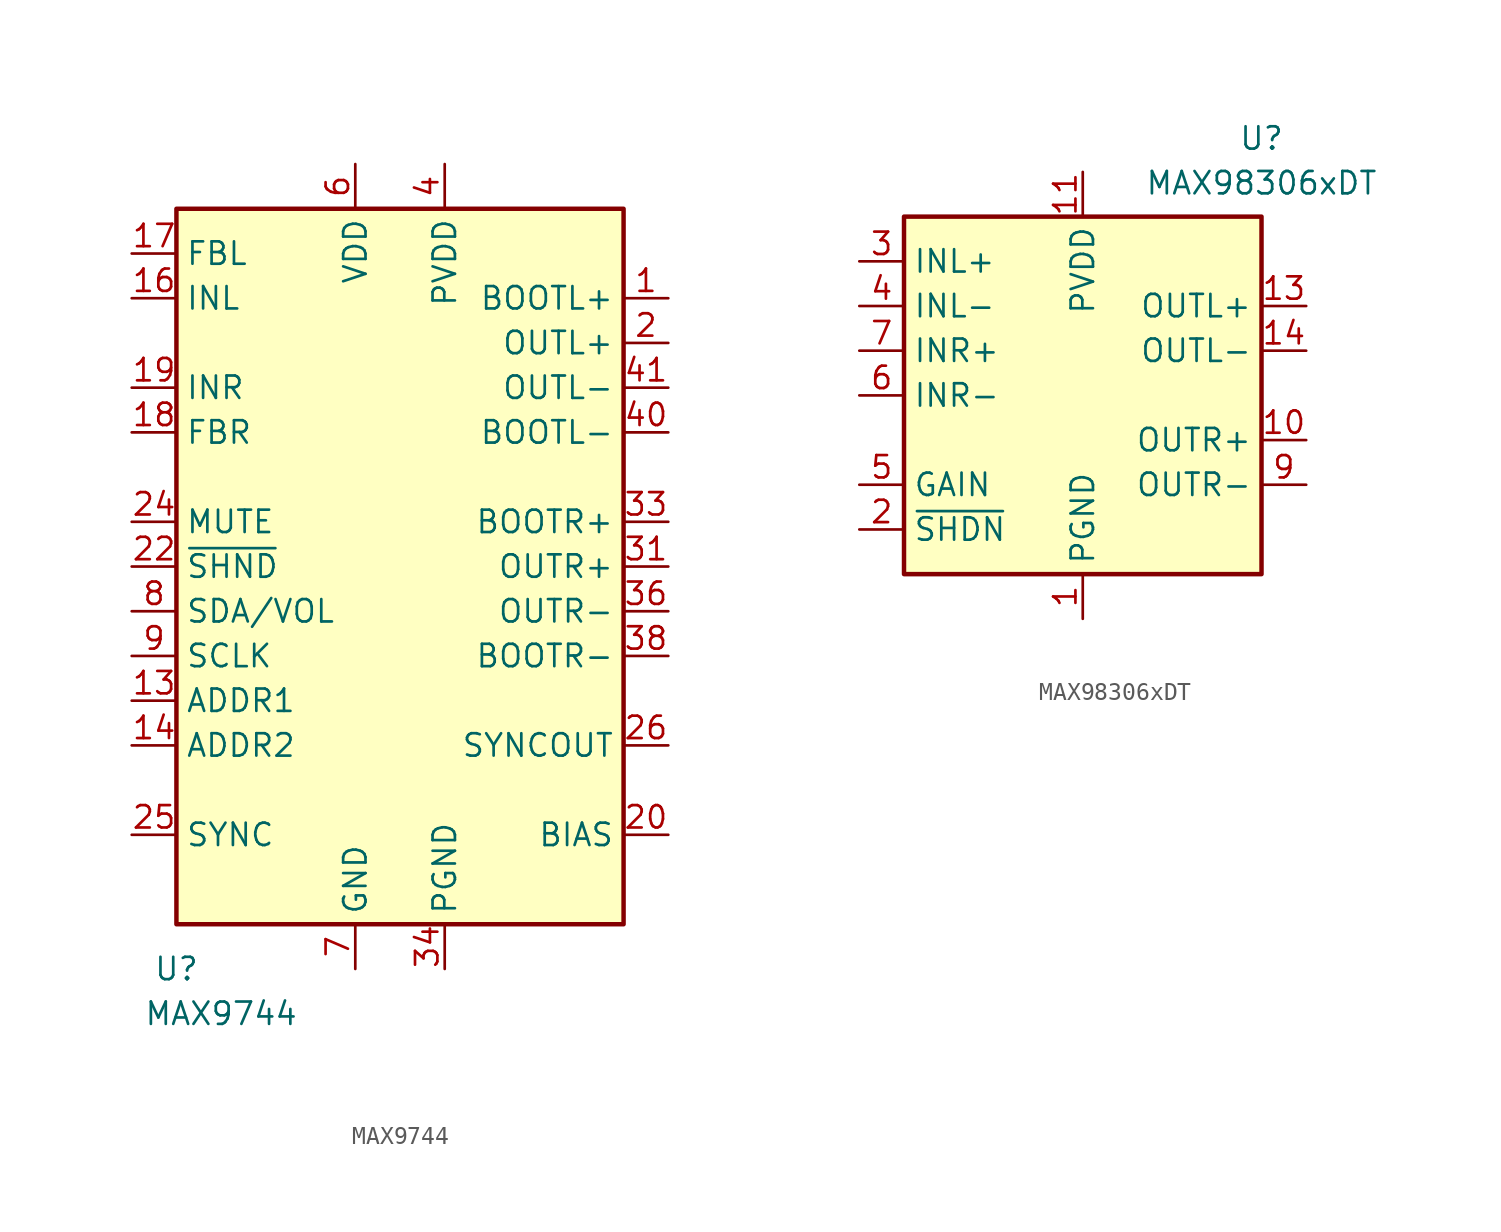
<source format=kicad_sym>
(kicad_symbol_lib
  (version 20241209)
  (generator "kicad_symbol_editor")
  (generator_version "9.0")
  (symbol "MAX9744"
    (property "Reference" "U"
      (at -12.7 -22.86 0)
      (effects (font (size 1.27 1.27))))
    (property "Value" "MAX9744"
      (at -10.16 -25.4 0)
      (effects (font (size 1.27 1.27))))
    (symbol "MAX9744_0_1"
      (rectangle (start -12.7 20.32) (end 12.7 -20.32) (stroke (width 0.254) (type solid)) (fill (type background))))
    (symbol "MAX9744_1_1"
      (pin input line (at -15.24 17.78 0) (length 2.54) (name "FBL" (effects (font (size 1.27 1.27)))) (number "17" (effects (font (size 1.27 1.27)))))
      (pin input line (at -15.24 15.24 0) (length 2.54) (name "INL" (effects (font (size 1.27 1.27)))) (number "16" (effects (font (size 1.27 1.27)))))
      (pin input line (at -15.24 10.16 0) (length 2.54) (name "INR" (effects (font (size 1.27 1.27)))) (number "19" (effects (font (size 1.27 1.27)))))
      (pin input line (at -15.24 7.62 0) (length 2.54) (name "FBR" (effects (font (size 1.27 1.27)))) (number "18" (effects (font (size 1.27 1.27)))))
      (pin input line (at -15.24 2.54 0) (length 2.54) (name "MUTE" (effects (font (size 1.27 1.27)))) (number "24" (effects (font (size 1.27 1.27)))))
      (pin input line (at -15.24 0 0) (length 2.54) (name "~{SHND}" (effects (font (size 1.27 1.27)))) (number "22" (effects (font (size 1.27 1.27)))))
      (pin input line (at -15.24 -2.54 0) (length 2.54) (name "SDA/VOL" (effects (font (size 1.27 1.27)))) (number "8" (effects (font (size 1.27 1.27)))))
      (pin input line (at -15.24 -5.08 0) (length 2.54) (name "SCLK" (effects (font (size 1.27 1.27)))) (number "9" (effects (font (size 1.27 1.27)))))
      (pin input line (at -15.24 -7.62 0) (length 2.54) (name "ADDR1" (effects (font (size 1.27 1.27)))) (number "13" (effects (font (size 1.27 1.27)))))
      (pin input line (at -15.24 -10.16 0) (length 2.54) (name "ADDR2" (effects (font (size 1.27 1.27)))) (number "14" (effects (font (size 1.27 1.27)))))
      (pin input line (at -15.24 -15.24 0) (length 2.54) (name "SYNC" (effects (font (size 1.27 1.27)))) (number "25" (effects (font (size 1.27 1.27)))))
      (pin no_connect line (at -12.7 -17.78 0) (length 2.54) (hide yes) (name "NC" (effects (font (size 1.27 1.27)))) (number "23" (effects (font (size 1.27 1.27)))))
      (pin passive line (at -2.54 22.86 270) (length 2.54) (hide yes) (name "VDD" (effects (font (size 1.27 1.27)))) (number "10" (effects (font (size 1.27 1.27)))))
      (pin passive line (at -2.54 22.86 270) (length 2.54) (hide yes) (name "VDD" (effects (font (size 1.27 1.27)))) (number "21" (effects (font (size 1.27 1.27)))))
      (pin passive line (at -2.54 22.86 270) (length 2.54) (hide yes) (name "VDD" (effects (font (size 1.27 1.27)))) (number "28" (effects (font (size 1.27 1.27)))))
      (pin power_in line (at -2.54 22.86 270) (length 2.54) (name "VDD" (effects (font (size 1.27 1.27)))) (number "6" (effects (font (size 1.27 1.27)))))
      (pin passive line (at -2.54 -22.86 90) (length 2.54) (hide yes) (name "GND" (effects (font (size 1.27 1.27)))) (number "11" (effects (font (size 1.27 1.27)))))
      (pin passive line (at -2.54 -22.86 90) (length 2.54) (hide yes) (name "GND" (effects (font (size 1.27 1.27)))) (number "12" (effects (font (size 1.27 1.27)))))
      (pin passive line (at -2.54 -22.86 90) (length 2.54) (hide yes) (name "GND" (effects (font (size 1.27 1.27)))) (number "15" (effects (font (size 1.27 1.27)))))
      (pin passive line (at -2.54 -22.86 90) (length 2.54) (hide yes) (name "GND" (effects (font (size 1.27 1.27)))) (number "27" (effects (font (size 1.27 1.27)))))
      (pin power_in line (at -2.54 -22.86 90) (length 2.54) (name "GND" (effects (font (size 1.27 1.27)))) (number "7" (effects (font (size 1.27 1.27)))))
      (pin passive line (at 2.54 22.86 270) (length 2.54) (hide yes) (name "PVDD" (effects (font (size 1.27 1.27)))) (number "29" (effects (font (size 1.27 1.27)))))
      (pin passive line (at 2.54 22.86 270) (length 2.54) (hide yes) (name "PVDD" (effects (font (size 1.27 1.27)))) (number "30" (effects (font (size 1.27 1.27)))))
      (pin power_in line (at 2.54 22.86 270) (length 2.54) (name "PVDD" (effects (font (size 1.27 1.27)))) (number "4" (effects (font (size 1.27 1.27)))))
      (pin passive line (at 2.54 22.86 270) (length 2.54) (hide yes) (name "PVDD" (effects (font (size 1.27 1.27)))) (number "5" (effects (font (size 1.27 1.27)))))
      (pin power_in line (at 2.54 -22.86 90) (length 2.54) (name "PGND" (effects (font (size 1.27 1.27)))) (number "34" (effects (font (size 1.27 1.27)))))
      (pin passive line (at 2.54 -22.86 90) (length 2.54) (hide yes) (name "PGND" (effects (font (size 1.27 1.27)))) (number "35" (effects (font (size 1.27 1.27)))))
      (pin passive line (at 2.54 -22.86 90) (length 2.54) (hide yes) (name "PGND" (effects (font (size 1.27 1.27)))) (number "39" (effects (font (size 1.27 1.27)))))
      (pin passive line (at 2.54 -22.86 90) (length 2.54) (hide yes) (name "PGND" (effects (font (size 1.27 1.27)))) (number "43" (effects (font (size 1.27 1.27)))))
      (pin passive line (at 2.54 -22.86 90) (length 2.54) (hide yes) (name "PGND" (effects (font (size 1.27 1.27)))) (number "44" (effects (font (size 1.27 1.27)))))
      (pin output line (at 15.24 15.24 180) (length 2.54) (name "BOOTL+" (effects (font (size 1.27 1.27)))) (number "1" (effects (font (size 1.27 1.27)))))
      (pin output line (at 15.24 12.7 180) (length 2.54) (name "OUTL+" (effects (font (size 1.27 1.27)))) (number "2" (effects (font (size 1.27 1.27)))))
      (pin passive line (at 15.24 12.7 180) (length 2.54) (hide yes) (name "OUTL+" (effects (font (size 1.27 1.27)))) (number "3" (effects (font (size 1.27 1.27)))))
      (pin output line (at 15.24 10.16 180) (length 2.54) (name "OUTL-" (effects (font (size 1.27 1.27)))) (number "41" (effects (font (size 1.27 1.27)))))
      (pin passive line (at 15.24 10.16 180) (length 2.54) (hide yes) (name "OUTL-" (effects (font (size 1.27 1.27)))) (number "42" (effects (font (size 1.27 1.27)))))
      (pin output line (at 15.24 7.62 180) (length 2.54) (name "BOOTL-" (effects (font (size 1.27 1.27)))) (number "40" (effects (font (size 1.27 1.27)))))
      (pin output line (at 15.24 2.54 180) (length 2.54) (name "BOOTR+" (effects (font (size 1.27 1.27)))) (number "33" (effects (font (size 1.27 1.27)))))
      (pin output line (at 15.24 0 180) (length 2.54) (name "OUTR+" (effects (font (size 1.27 1.27)))) (number "31" (effects (font (size 1.27 1.27)))))
      (pin passive line (at 15.24 0 180) (length 2.54) (hide yes) (name "OUTR+" (effects (font (size 1.27 1.27)))) (number "32" (effects (font (size 1.27 1.27)))))
      (pin output line (at 15.24 -2.54 180) (length 2.54) (name "OUTR-" (effects (font (size 1.27 1.27)))) (number "36" (effects (font (size 1.27 1.27)))))
      (pin output line (at 15.24 -2.54 180) (length 2.54) (hide yes) (name "OUTR-" (effects (font (size 1.27 1.27)))) (number "37" (effects (font (size 1.27 1.27)))))
      (pin output line (at 15.24 -5.08 180) (length 2.54) (name "BOOTR-" (effects (font (size 1.27 1.27)))) (number "38" (effects (font (size 1.27 1.27)))))
      (pin output line (at 15.24 -10.16 180) (length 2.54) (name "SYNCOUT" (effects (font (size 1.27 1.27)))) (number "26" (effects (font (size 1.27 1.27)))))
      (pin output line (at 15.24 -15.24 180) (length 2.54) (name "BIAS" (effects (font (size 1.27 1.27)))) (number "20" (effects (font (size 1.27 1.27)))))))
  (symbol "MAX98306xDT"
    (property "Reference" "U"
      (at 10.16 14.605 0)
      (effects (font (size 1.27 1.27))))
    (property "Value" "MAX98306xDT"
      (at 10.16 12.065 0)
      (effects (font (size 1.27 1.27))))
    (symbol "MAX98306xDT_0_1"
      (rectangle (start -10.16 10.16) (end 10.16 -10.16) (stroke (width 0.254) (type default)) (fill (type background))))
    (symbol "MAX98306xDT_1_1"
      (pin input line (at -12.7 7.62 0) (length 2.54) (name "INL+" (effects (font (size 1.27 1.27)))) (number "3" (effects (font (size 1.27 1.27)))))
      (pin input line (at -12.7 5.08 0) (length 2.54) (name "INL-" (effects (font (size 1.27 1.27)))) (number "4" (effects (font (size 1.27 1.27)))))
      (pin input line (at -12.7 2.54 0) (length 2.54) (name "INR+" (effects (font (size 1.27 1.27)))) (number "7" (effects (font (size 1.27 1.27)))))
      (pin input line (at -12.7 0 0) (length 2.54) (name "INR-" (effects (font (size 1.27 1.27)))) (number "6" (effects (font (size 1.27 1.27)))))
      (pin input line (at -12.7 -5.08 0) (length 2.54) (name "GAIN" (effects (font (size 1.27 1.27)))) (number "5" (effects (font (size 1.27 1.27)))))
      (pin input line (at -12.7 -7.62 0) (length 2.54) (name "~{SHDN}" (effects (font (size 1.27 1.27)))) (number "2" (effects (font (size 1.27 1.27)))))
      (pin power_in line (at 0 12.7 270) (length 2.54) (name "PVDD" (effects (font (size 1.27 1.27)))) (number "11" (effects (font (size 1.27 1.27)))))
      (pin passive line (at 0 12.7 270) (length 2.54) (hide yes) (name "PVDD" (effects (font (size 1.27 1.27)))) (number "12" (effects (font (size 1.27 1.27)))))
      (pin power_in line (at 0 -12.7 90) (length 2.54) (name "PGND" (effects (font (size 1.27 1.27)))) (number "1" (effects (font (size 1.27 1.27)))))
      (pin passive line (at 0 -12.7 90) (length 2.54) (hide yes) (name "PGND" (effects (font (size 1.27 1.27)))) (number "15" (effects (font (size 1.27 1.27)))))
      (pin passive line (at 0 -12.7 90) (length 2.54) (hide yes) (name "PGND" (effects (font (size 1.27 1.27)))) (number "8" (effects (font (size 1.27 1.27)))))
      (pin power_out line (at 12.7 5.08 180) (length 2.54) (name "OUTL+" (effects (font (size 1.27 1.27)))) (number "13" (effects (font (size 1.27 1.27)))))
      (pin power_out line (at 12.7 2.54 180) (length 2.54) (name "OUTL-" (effects (font (size 1.27 1.27)))) (number "14" (effects (font (size 1.27 1.27)))))
      (pin power_out line (at 12.7 -2.54 180) (length 2.54) (name "OUTR+" (effects (font (size 1.27 1.27)))) (number "10" (effects (font (size 1.27 1.27)))))
      (pin power_out line (at 12.7 -5.08 180) (length 2.54) (name "OUTR-" (effects (font (size 1.27 1.27)))) (number "9" (effects (font (size 1.27 1.27))))))))
</source>
